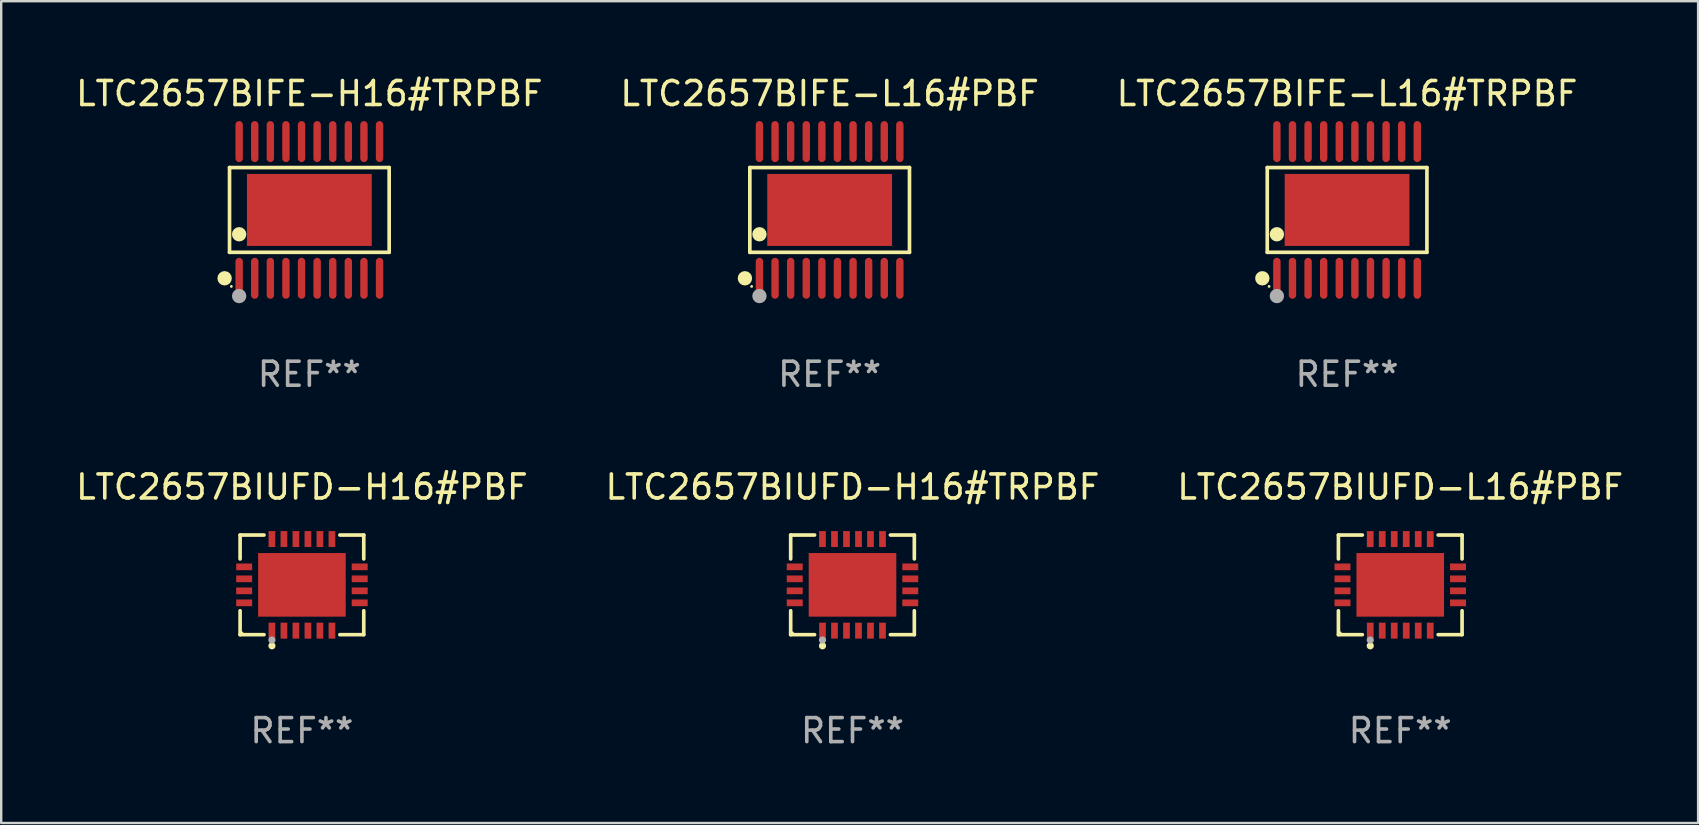
<source format=kicad_pcb>
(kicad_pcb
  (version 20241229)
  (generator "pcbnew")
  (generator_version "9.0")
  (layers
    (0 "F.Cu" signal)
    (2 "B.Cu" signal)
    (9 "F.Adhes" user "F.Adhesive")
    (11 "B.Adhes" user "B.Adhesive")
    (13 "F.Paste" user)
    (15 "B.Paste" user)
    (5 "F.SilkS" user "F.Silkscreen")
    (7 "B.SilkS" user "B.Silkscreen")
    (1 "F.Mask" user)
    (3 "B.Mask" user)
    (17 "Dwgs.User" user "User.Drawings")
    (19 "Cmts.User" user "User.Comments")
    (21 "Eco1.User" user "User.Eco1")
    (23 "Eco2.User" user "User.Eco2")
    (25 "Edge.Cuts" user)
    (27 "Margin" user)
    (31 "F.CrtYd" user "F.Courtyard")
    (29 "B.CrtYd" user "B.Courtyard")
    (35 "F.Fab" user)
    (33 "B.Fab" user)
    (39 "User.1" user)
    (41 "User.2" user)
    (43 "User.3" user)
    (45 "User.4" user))
  (footprint "LTC2657BIUFD-H16#TRPBF"
    (layer "F.Cu")
    (at 32.47 21.318)
    (property "Reference" "LTC2657BIUFD-H16#TRPBF" (at 0 -4.076 0) (layer "F.SilkS") (effects (font (size 1 1) (thickness 0.15))))
    (attr through_hole)
    (fp_line (start -2.576 -2.076) (end -1.58 -2.076) (stroke (width 0.152) (type solid)) (layer "F.SilkS"))
    (fp_line (start -2.576 -1.08) (end -2.576 -2.076) (stroke (width 0.152) (type solid)) (layer "F.SilkS"))
    (fp_line (start -2.576 1.08) (end -2.576 2.076) (stroke (width 0.152) (type solid)) (layer "F.SilkS"))
    (fp_line (start -2.576 2.076) (end -1.58 2.076) (stroke (width 0.152) (type solid)) (layer "F.SilkS"))
    (fp_line (start 2.576 -2.076) (end 1.58 -2.076) (stroke (width 0.152) (type solid)) (layer "F.SilkS"))
    (fp_line (start 2.576 -1.08) (end 2.576 -2.076) (stroke (width 0.152) (type solid)) (layer "F.SilkS"))
    (fp_line (start 2.576 1.08) (end 2.576 2.076) (stroke (width 0.152) (type solid)) (layer "F.SilkS"))
    (fp_line (start 2.576 2.076) (end 1.58 2.076) (stroke (width 0.152) (type solid)) (layer "F.SilkS"))
    (fp_circle (center -2.5 2) (end -2.47 2) (stroke (width 0.06) (type solid)) (fill no) (layer "F.SilkS"))
    (fp_circle (center -1.25 2.54) (end -1.175 2.54) (stroke (width 0.15) (type solid)) (fill no) (layer "F.SilkS"))
    (fp_circle (center -1.25 2.3) (end -1.175 2.3) (stroke (width 0.15) (type solid)) (fill no) (layer "F.Fab"))
    (fp_text user "REF**" (at 0 6.076 0) (layer "F.Fab") (effects (font (size 1 1) (thickness 0.15))))
    (pad "1" smd rect (at -1.25 1.908) (size 0.28 0.665) (layers "F.Cu" "F.Mask" "F.Paste"))
    (pad "2" smd rect (at -0.75 1.908) (size 0.28 0.665) (layers "F.Cu" "F.Mask" "F.Paste"))
    (pad "3" smd rect (at -0.25 1.908) (size 0.28 0.665) (layers "F.Cu" "F.Mask" "F.Paste"))
    (pad "4" smd rect (at 0.25 1.908) (size 0.28 0.665) (layers "F.Cu" "F.Mask" "F.Paste"))
    (pad "5" smd rect (at 0.75 1.908) (size 0.28 0.665) (layers "F.Cu" "F.Mask" "F.Paste"))
    (pad "6" smd rect (at 1.25 1.908) (size 0.28 0.665) (layers "F.Cu" "F.Mask" "F.Paste"))
    (pad "7" smd rect (at 2.407 0.75) (size 0.665 0.28) (layers "F.Cu" "F.Mask" "F.Paste"))
    (pad "8" smd rect (at 2.407 0.25) (size 0.665 0.28) (layers "F.Cu" "F.Mask" "F.Paste"))
    (pad "9" smd rect (at 2.407 -0.25) (size 0.665 0.28) (layers "F.Cu" "F.Mask" "F.Paste"))
    (pad "10" smd rect (at 2.407 -0.75) (size 0.665 0.28) (layers "F.Cu" "F.Mask" "F.Paste"))
    (pad "11" smd rect (at 1.25 -1.908) (size 0.28 0.665) (layers "F.Cu" "F.Mask" "F.Paste"))
    (pad "12" smd rect (at 0.75 -1.908) (size 0.28 0.665) (layers "F.Cu" "F.Mask" "F.Paste"))
    (pad "13" smd rect (at 0.25 -1.908) (size 0.28 0.665) (layers "F.Cu" "F.Mask" "F.Paste"))
    (pad "14" smd rect (at -0.25 -1.908) (size 0.28 0.665) (layers "F.Cu" "F.Mask" "F.Paste"))
    (pad "15" smd rect (at -0.75 -1.908) (size 0.28 0.665) (layers "F.Cu" "F.Mask" "F.Paste"))
    (pad "16" smd rect (at -1.25 -1.908) (size 0.28 0.665) (layers "F.Cu" "F.Mask" "F.Paste"))
    (pad "17" smd rect (at -2.407 -0.75) (size 0.665 0.28) (layers "F.Cu" "F.Mask" "F.Paste"))
    (pad "18" smd rect (at -2.407 -0.25) (size 0.665 0.28) (layers "F.Cu" "F.Mask" "F.Paste"))
    (pad "19" smd rect (at -2.407 0.25) (size 0.665 0.28) (layers "F.Cu" "F.Mask" "F.Paste"))
    (pad "20" smd rect (at -2.407 0.75) (size 0.665 0.28) (layers "F.Cu" "F.Mask" "F.Paste"))
    (pad "21" smd rect (at 0 0) (size 3.65 2.65) (layers "F.Cu" "F.Mask" "F.Paste")))
  (footprint "LTC2657BIUFD-H16#PBF"
    (layer "F.Cu")
    (at 9.53 21.318)
    (property "Reference" "LTC2657BIUFD-H16#PBF" (at 0 -4.076 0) (layer "F.SilkS") (effects (font (size 1 1) (thickness 0.15))))
    (attr through_hole)
    (fp_line (start -2.576 -2.076) (end -1.58 -2.076) (stroke (width 0.152) (type solid)) (layer "F.SilkS"))
    (fp_line (start -2.576 -1.08) (end -2.576 -2.076) (stroke (width 0.152) (type solid)) (layer "F.SilkS"))
    (fp_line (start -2.576 1.08) (end -2.576 2.076) (stroke (width 0.152) (type solid)) (layer "F.SilkS"))
    (fp_line (start -2.576 2.076) (end -1.58 2.076) (stroke (width 0.152) (type solid)) (layer "F.SilkS"))
    (fp_line (start 2.576 -2.076) (end 1.58 -2.076) (stroke (width 0.152) (type solid)) (layer "F.SilkS"))
    (fp_line (start 2.576 -1.08) (end 2.576 -2.076) (stroke (width 0.152) (type solid)) (layer "F.SilkS"))
    (fp_line (start 2.576 1.08) (end 2.576 2.076) (stroke (width 0.152) (type solid)) (layer "F.SilkS"))
    (fp_line (start 2.576 2.076) (end 1.58 2.076) (stroke (width 0.152) (type solid)) (layer "F.SilkS"))
    (fp_circle (center -2.5 2) (end -2.47 2) (stroke (width 0.06) (type solid)) (fill no) (layer "F.SilkS"))
    (fp_circle (center -1.25 2.54) (end -1.175 2.54) (stroke (width 0.15) (type solid)) (fill no) (layer "F.SilkS"))
    (fp_circle (center -1.25 2.3) (end -1.175 2.3) (stroke (width 0.15) (type solid)) (fill no) (layer "F.Fab"))
    (fp_text user "REF**" (at 0 6.076 0) (layer "F.Fab") (effects (font (size 1 1) (thickness 0.15))))
    (pad "1" smd rect (at -1.25 1.908) (size 0.28 0.665) (layers "F.Cu" "F.Mask" "F.Paste"))
    (pad "2" smd rect (at -0.75 1.908) (size 0.28 0.665) (layers "F.Cu" "F.Mask" "F.Paste"))
    (pad "3" smd rect (at -0.25 1.908) (size 0.28 0.665) (layers "F.Cu" "F.Mask" "F.Paste"))
    (pad "4" smd rect (at 0.25 1.908) (size 0.28 0.665) (layers "F.Cu" "F.Mask" "F.Paste"))
    (pad "5" smd rect (at 0.75 1.908) (size 0.28 0.665) (layers "F.Cu" "F.Mask" "F.Paste"))
    (pad "6" smd rect (at 1.25 1.908) (size 0.28 0.665) (layers "F.Cu" "F.Mask" "F.Paste"))
    (pad "7" smd rect (at 2.407 0.75) (size 0.665 0.28) (layers "F.Cu" "F.Mask" "F.Paste"))
    (pad "8" smd rect (at 2.407 0.25) (size 0.665 0.28) (layers "F.Cu" "F.Mask" "F.Paste"))
    (pad "9" smd rect (at 2.407 -0.25) (size 0.665 0.28) (layers "F.Cu" "F.Mask" "F.Paste"))
    (pad "10" smd rect (at 2.407 -0.75) (size 0.665 0.28) (layers "F.Cu" "F.Mask" "F.Paste"))
    (pad "11" smd rect (at 1.25 -1.908) (size 0.28 0.665) (layers "F.Cu" "F.Mask" "F.Paste"))
    (pad "12" smd rect (at 0.75 -1.908) (size 0.28 0.665) (layers "F.Cu" "F.Mask" "F.Paste"))
    (pad "13" smd rect (at 0.25 -1.908) (size 0.28 0.665) (layers "F.Cu" "F.Mask" "F.Paste"))
    (pad "14" smd rect (at -0.25 -1.908) (size 0.28 0.665) (layers "F.Cu" "F.Mask" "F.Paste"))
    (pad "15" smd rect (at -0.75 -1.908) (size 0.28 0.665) (layers "F.Cu" "F.Mask" "F.Paste"))
    (pad "16" smd rect (at -1.25 -1.908) (size 0.28 0.665) (layers "F.Cu" "F.Mask" "F.Paste"))
    (pad "17" smd rect (at -2.407 -0.75) (size 0.665 0.28) (layers "F.Cu" "F.Mask" "F.Paste"))
    (pad "18" smd rect (at -2.407 -0.25) (size 0.665 0.28) (layers "F.Cu" "F.Mask" "F.Paste"))
    (pad "19" smd rect (at -2.407 0.25) (size 0.665 0.28) (layers "F.Cu" "F.Mask" "F.Paste"))
    (pad "20" smd rect (at -2.407 0.75) (size 0.665 0.28) (layers "F.Cu" "F.Mask" "F.Paste"))
    (pad "21" smd rect (at 0 0) (size 3.65 2.65) (layers "F.Cu" "F.Mask" "F.Paste")))
  (footprint "LTC2657BIFE-H16#TRPBF"
    (layer "F.Cu")
    (at 9.839 5.697)
    (property "Reference" "LTC2657BIFE-H16#TRPBF" (at 0 -4.848 0) (layer "F.SilkS") (effects (font (size 1 1) (thickness 0.15))))
    (attr through_hole)
    (fp_line (start -3.326 -1.766) (end 3.326 -1.766) (stroke (width 0.152) (type solid)) (layer "F.SilkS"))
    (fp_line (start -3.326 1.766) (end -3.326 -1.766) (stroke (width 0.152) (type solid)) (layer "F.SilkS"))
    (fp_line (start 3.326 -1.766) (end 3.326 1.766) (stroke (width 0.152) (type solid)) (layer "F.SilkS"))
    (fp_line (start 3.326 1.766) (end -3.326 1.766) (stroke (width 0.152) (type solid)) (layer "F.SilkS"))
    (fp_circle (center -3.531 2.848) (end -3.381 2.848) (stroke (width 0.3) (type solid)) (fill no) (layer "F.SilkS"))
    (fp_circle (center -3.25 3.187) (end -3.22 3.187) (stroke (width 0.06) (type solid)) (fill no) (layer "F.SilkS"))
    (fp_circle (center -2.925 1.014) (end -2.775 1.014) (stroke (width 0.3) (type solid)) (fill no) (layer "F.SilkS"))
    (fp_circle (center -2.925 3.588) (end -2.775 3.588) (stroke (width 0.3) (type solid)) (fill no) (layer "F.Fab"))
    (fp_text user "REF**" (at 0 6.848 0) (layer "F.Fab") (effects (font (size 1 1) (thickness 0.15))))
    (pad "1" smd oval (at -2.925 2.848) (size 0.308 1.707) (layers "F.Cu" "F.Mask" "F.Paste"))
    (pad "2" smd oval (at -2.275 2.848) (size 0.308 1.707) (layers "F.Cu" "F.Mask" "F.Paste"))
    (pad "3" smd oval (at -1.625 2.848) (size 0.308 1.707) (layers "F.Cu" "F.Mask" "F.Paste"))
    (pad "4" smd oval (at -0.975 2.848) (size 0.308 1.707) (layers "F.Cu" "F.Mask" "F.Paste"))
    (pad "5" smd oval (at -0.325 2.848) (size 0.308 1.707) (layers "F.Cu" "F.Mask" "F.Paste"))
    (pad "6" smd oval (at 0.325 2.848) (size 0.308 1.707) (layers "F.Cu" "F.Mask" "F.Paste"))
    (pad "7" smd oval (at 0.975 2.848) (size 0.308 1.707) (layers "F.Cu" "F.Mask" "F.Paste"))
    (pad "8" smd oval (at 1.625 2.848) (size 0.308 1.707) (layers "F.Cu" "F.Mask" "F.Paste"))
    (pad "9" smd oval (at 2.275 2.848) (size 0.308 1.707) (layers "F.Cu" "F.Mask" "F.Paste"))
    (pad "10" smd oval (at 2.925 2.848) (size 0.308 1.707) (layers "F.Cu" "F.Mask" "F.Paste"))
    (pad "11" smd oval (at 2.925 -2.848) (size 0.308 1.707) (layers "F.Cu" "F.Mask" "F.Paste"))
    (pad "12" smd oval (at 2.275 -2.848) (size 0.308 1.707) (layers "F.Cu" "F.Mask" "F.Paste"))
    (pad "13" smd oval (at 1.625 -2.848) (size 0.308 1.707) (layers "F.Cu" "F.Mask" "F.Paste"))
    (pad "14" smd oval (at 0.975 -2.848) (size 0.308 1.707) (layers "F.Cu" "F.Mask" "F.Paste"))
    (pad "15" smd oval (at 0.325 -2.848) (size 0.308 1.707) (layers "F.Cu" "F.Mask" "F.Paste"))
    (pad "16" smd oval (at -0.325 -2.848) (size 0.308 1.707) (layers "F.Cu" "F.Mask" "F.Paste"))
    (pad "17" smd oval (at -0.975 -2.848) (size 0.308 1.707) (layers "F.Cu" "F.Mask" "F.Paste"))
    (pad "18" smd oval (at -1.625 -2.848) (size 0.308 1.707) (layers "F.Cu" "F.Mask" "F.Paste"))
    (pad "19" smd oval (at -2.275 -2.848) (size 0.308 1.707) (layers "F.Cu" "F.Mask" "F.Paste"))
    (pad "20" smd oval (at -2.925 -2.848) (size 0.308 1.707) (layers "F.Cu" "F.Mask" "F.Paste"))
    (pad "21" smd rect (at 0 0) (size 5.2 3) (layers "F.Cu" "F.Mask" "F.Paste")))
  (footprint "LTC2657BIUFD-L16#PBF"
    (layer "F.Cu")
    (at 55.292 21.318)
    (property "Reference" "LTC2657BIUFD-L16#PBF" (at 0 -4.076 0) (layer "F.SilkS") (effects (font (size 1 1) (thickness 0.15))))
    (attr through_hole)
    (fp_line (start -2.576 -2.076) (end -1.58 -2.076) (stroke (width 0.152) (type solid)) (layer "F.SilkS"))
    (fp_line (start -2.576 -1.08) (end -2.576 -2.076) (stroke (width 0.152) (type solid)) (layer "F.SilkS"))
    (fp_line (start -2.576 1.08) (end -2.576 2.076) (stroke (width 0.152) (type solid)) (layer "F.SilkS"))
    (fp_line (start -2.576 2.076) (end -1.58 2.076) (stroke (width 0.152) (type solid)) (layer "F.SilkS"))
    (fp_line (start 2.576 -2.076) (end 1.58 -2.076) (stroke (width 0.152) (type solid)) (layer "F.SilkS"))
    (fp_line (start 2.576 -1.08) (end 2.576 -2.076) (stroke (width 0.152) (type solid)) (layer "F.SilkS"))
    (fp_line (start 2.576 1.08) (end 2.576 2.076) (stroke (width 0.152) (type solid)) (layer "F.SilkS"))
    (fp_line (start 2.576 2.076) (end 1.58 2.076) (stroke (width 0.152) (type solid)) (layer "F.SilkS"))
    (fp_circle (center -2.5 2) (end -2.47 2) (stroke (width 0.06) (type solid)) (fill no) (layer "F.SilkS"))
    (fp_circle (center -1.25 2.54) (end -1.175 2.54) (stroke (width 0.15) (type solid)) (fill no) (layer "F.SilkS"))
    (fp_circle (center -1.25 2.3) (end -1.175 2.3) (stroke (width 0.15) (type solid)) (fill no) (layer "F.Fab"))
    (fp_text user "REF**" (at 0 6.076 0) (layer "F.Fab") (effects (font (size 1 1) (thickness 0.15))))
    (pad "1" smd rect (at -1.25 1.908) (size 0.28 0.665) (layers "F.Cu" "F.Mask" "F.Paste"))
    (pad "2" smd rect (at -0.75 1.908) (size 0.28 0.665) (layers "F.Cu" "F.Mask" "F.Paste"))
    (pad "3" smd rect (at -0.25 1.908) (size 0.28 0.665) (layers "F.Cu" "F.Mask" "F.Paste"))
    (pad "4" smd rect (at 0.25 1.908) (size 0.28 0.665) (layers "F.Cu" "F.Mask" "F.Paste"))
    (pad "5" smd rect (at 0.75 1.908) (size 0.28 0.665) (layers "F.Cu" "F.Mask" "F.Paste"))
    (pad "6" smd rect (at 1.25 1.908) (size 0.28 0.665) (layers "F.Cu" "F.Mask" "F.Paste"))
    (pad "7" smd rect (at 2.407 0.75) (size 0.665 0.28) (layers "F.Cu" "F.Mask" "F.Paste"))
    (pad "8" smd rect (at 2.407 0.25) (size 0.665 0.28) (layers "F.Cu" "F.Mask" "F.Paste"))
    (pad "9" smd rect (at 2.407 -0.25) (size 0.665 0.28) (layers "F.Cu" "F.Mask" "F.Paste"))
    (pad "10" smd rect (at 2.407 -0.75) (size 0.665 0.28) (layers "F.Cu" "F.Mask" "F.Paste"))
    (pad "11" smd rect (at 1.25 -1.908) (size 0.28 0.665) (layers "F.Cu" "F.Mask" "F.Paste"))
    (pad "12" smd rect (at 0.75 -1.908) (size 0.28 0.665) (layers "F.Cu" "F.Mask" "F.Paste"))
    (pad "13" smd rect (at 0.25 -1.908) (size 0.28 0.665) (layers "F.Cu" "F.Mask" "F.Paste"))
    (pad "14" smd rect (at -0.25 -1.908) (size 0.28 0.665) (layers "F.Cu" "F.Mask" "F.Paste"))
    (pad "15" smd rect (at -0.75 -1.908) (size 0.28 0.665) (layers "F.Cu" "F.Mask" "F.Paste"))
    (pad "16" smd rect (at -1.25 -1.908) (size 0.28 0.665) (layers "F.Cu" "F.Mask" "F.Paste"))
    (pad "17" smd rect (at -2.407 -0.75) (size 0.665 0.28) (layers "F.Cu" "F.Mask" "F.Paste"))
    (pad "18" smd rect (at -2.407 -0.25) (size 0.665 0.28) (layers "F.Cu" "F.Mask" "F.Paste"))
    (pad "19" smd rect (at -2.407 0.25) (size 0.665 0.28) (layers "F.Cu" "F.Mask" "F.Paste"))
    (pad "20" smd rect (at -2.407 0.75) (size 0.665 0.28) (layers "F.Cu" "F.Mask" "F.Paste"))
    (pad "21" smd rect (at 0 0) (size 3.65 2.65) (layers "F.Cu" "F.Mask" "F.Paste")))
  (footprint "LTC2657BIFE-L16#TRPBF"
    (layer "F.Cu")
    (at 53.077 5.697)
    (property "Reference" "LTC2657BIFE-L16#TRPBF" (at 0 -4.848 0) (layer "F.SilkS") (effects (font (size 1 1) (thickness 0.15))))
    (attr through_hole)
    (fp_line (start -3.326 -1.766) (end 3.326 -1.766) (stroke (width 0.152) (type solid)) (layer "F.SilkS"))
    (fp_line (start -3.326 1.766) (end -3.326 -1.766) (stroke (width 0.152) (type solid)) (layer "F.SilkS"))
    (fp_line (start 3.326 -1.766) (end 3.326 1.766) (stroke (width 0.152) (type solid)) (layer "F.SilkS"))
    (fp_line (start 3.326 1.766) (end -3.326 1.766) (stroke (width 0.152) (type solid)) (layer "F.SilkS"))
    (fp_circle (center -3.531 2.848) (end -3.381 2.848) (stroke (width 0.3) (type solid)) (fill no) (layer "F.SilkS"))
    (fp_circle (center -3.25 3.187) (end -3.22 3.187) (stroke (width 0.06) (type solid)) (fill no) (layer "F.SilkS"))
    (fp_circle (center -2.925 1.014) (end -2.775 1.014) (stroke (width 0.3) (type solid)) (fill no) (layer "F.SilkS"))
    (fp_circle (center -2.925 3.588) (end -2.775 3.588) (stroke (width 0.3) (type solid)) (fill no) (layer "F.Fab"))
    (fp_text user "REF**" (at 0 6.848 0) (layer "F.Fab") (effects (font (size 1 1) (thickness 0.15))))
    (pad "1" smd oval (at -2.925 2.848) (size 0.308 1.707) (layers "F.Cu" "F.Mask" "F.Paste"))
    (pad "2" smd oval (at -2.275 2.848) (size 0.308 1.707) (layers "F.Cu" "F.Mask" "F.Paste"))
    (pad "3" smd oval (at -1.625 2.848) (size 0.308 1.707) (layers "F.Cu" "F.Mask" "F.Paste"))
    (pad "4" smd oval (at -0.975 2.848) (size 0.308 1.707) (layers "F.Cu" "F.Mask" "F.Paste"))
    (pad "5" smd oval (at -0.325 2.848) (size 0.308 1.707) (layers "F.Cu" "F.Mask" "F.Paste"))
    (pad "6" smd oval (at 0.325 2.848) (size 0.308 1.707) (layers "F.Cu" "F.Mask" "F.Paste"))
    (pad "7" smd oval (at 0.975 2.848) (size 0.308 1.707) (layers "F.Cu" "F.Mask" "F.Paste"))
    (pad "8" smd oval (at 1.625 2.848) (size 0.308 1.707) (layers "F.Cu" "F.Mask" "F.Paste"))
    (pad "9" smd oval (at 2.275 2.848) (size 0.308 1.707) (layers "F.Cu" "F.Mask" "F.Paste"))
    (pad "10" smd oval (at 2.925 2.848) (size 0.308 1.707) (layers "F.Cu" "F.Mask" "F.Paste"))
    (pad "11" smd oval (at 2.925 -2.848) (size 0.308 1.707) (layers "F.Cu" "F.Mask" "F.Paste"))
    (pad "12" smd oval (at 2.275 -2.848) (size 0.308 1.707) (layers "F.Cu" "F.Mask" "F.Paste"))
    (pad "13" smd oval (at 1.625 -2.848) (size 0.308 1.707) (layers "F.Cu" "F.Mask" "F.Paste"))
    (pad "14" smd oval (at 0.975 -2.848) (size 0.308 1.707) (layers "F.Cu" "F.Mask" "F.Paste"))
    (pad "15" smd oval (at 0.325 -2.848) (size 0.308 1.707) (layers "F.Cu" "F.Mask" "F.Paste"))
    (pad "16" smd oval (at -0.325 -2.848) (size 0.308 1.707) (layers "F.Cu" "F.Mask" "F.Paste"))
    (pad "17" smd oval (at -0.975 -2.848) (size 0.308 1.707) (layers "F.Cu" "F.Mask" "F.Paste"))
    (pad "18" smd oval (at -1.625 -2.848) (size 0.308 1.707) (layers "F.Cu" "F.Mask" "F.Paste"))
    (pad "19" smd oval (at -2.275 -2.848) (size 0.308 1.707) (layers "F.Cu" "F.Mask" "F.Paste"))
    (pad "20" smd oval (at -2.925 -2.848) (size 0.308 1.707) (layers "F.Cu" "F.Mask" "F.Paste"))
    (pad "21" smd rect (at 0 0) (size 5.2 3) (layers "F.Cu" "F.Mask" "F.Paste")))
  (footprint "LTC2657BIFE-L16#PBF"
    (layer "F.Cu")
    (at 31.518 5.697)
    (property "Reference" "LTC2657BIFE-L16#PBF" (at 0 -4.848 0) (layer "F.SilkS") (effects (font (size 1 1) (thickness 0.15))))
    (attr through_hole)
    (fp_line (start -3.326 -1.766) (end 3.326 -1.766) (stroke (width 0.152) (type solid)) (layer "F.SilkS"))
    (fp_line (start -3.326 1.766) (end -3.326 -1.766) (stroke (width 0.152) (type solid)) (layer "F.SilkS"))
    (fp_line (start 3.326 -1.766) (end 3.326 1.766) (stroke (width 0.152) (type solid)) (layer "F.SilkS"))
    (fp_line (start 3.326 1.766) (end -3.326 1.766) (stroke (width 0.152) (type solid)) (layer "F.SilkS"))
    (fp_circle (center -3.531 2.848) (end -3.381 2.848) (stroke (width 0.3) (type solid)) (fill no) (layer "F.SilkS"))
    (fp_circle (center -3.25 3.187) (end -3.22 3.187) (stroke (width 0.06) (type solid)) (fill no) (layer "F.SilkS"))
    (fp_circle (center -2.925 1.014) (end -2.775 1.014) (stroke (width 0.3) (type solid)) (fill no) (layer "F.SilkS"))
    (fp_circle (center -2.925 3.588) (end -2.775 3.588) (stroke (width 0.3) (type solid)) (fill no) (layer "F.Fab"))
    (fp_text user "REF**" (at 0 6.848 0) (layer "F.Fab") (effects (font (size 1 1) (thickness 0.15))))
    (pad "1" smd oval (at -2.925 2.848) (size 0.308 1.707) (layers "F.Cu" "F.Mask" "F.Paste"))
    (pad "2" smd oval (at -2.275 2.848) (size 0.308 1.707) (layers "F.Cu" "F.Mask" "F.Paste"))
    (pad "3" smd oval (at -1.625 2.848) (size 0.308 1.707) (layers "F.Cu" "F.Mask" "F.Paste"))
    (pad "4" smd oval (at -0.975 2.848) (size 0.308 1.707) (layers "F.Cu" "F.Mask" "F.Paste"))
    (pad "5" smd oval (at -0.325 2.848) (size 0.308 1.707) (layers "F.Cu" "F.Mask" "F.Paste"))
    (pad "6" smd oval (at 0.325 2.848) (size 0.308 1.707) (layers "F.Cu" "F.Mask" "F.Paste"))
    (pad "7" smd oval (at 0.975 2.848) (size 0.308 1.707) (layers "F.Cu" "F.Mask" "F.Paste"))
    (pad "8" smd oval (at 1.625 2.848) (size 0.308 1.707) (layers "F.Cu" "F.Mask" "F.Paste"))
    (pad "9" smd oval (at 2.275 2.848) (size 0.308 1.707) (layers "F.Cu" "F.Mask" "F.Paste"))
    (pad "10" smd oval (at 2.925 2.848) (size 0.308 1.707) (layers "F.Cu" "F.Mask" "F.Paste"))
    (pad "11" smd oval (at 2.925 -2.848) (size 0.308 1.707) (layers "F.Cu" "F.Mask" "F.Paste"))
    (pad "12" smd oval (at 2.275 -2.848) (size 0.308 1.707) (layers "F.Cu" "F.Mask" "F.Paste"))
    (pad "13" smd oval (at 1.625 -2.848) (size 0.308 1.707) (layers "F.Cu" "F.Mask" "F.Paste"))
    (pad "14" smd oval (at 0.975 -2.848) (size 0.308 1.707) (layers "F.Cu" "F.Mask" "F.Paste"))
    (pad "15" smd oval (at 0.325 -2.848) (size 0.308 1.707) (layers "F.Cu" "F.Mask" "F.Paste"))
    (pad "16" smd oval (at -0.325 -2.848) (size 0.308 1.707) (layers "F.Cu" "F.Mask" "F.Paste"))
    (pad "17" smd oval (at -0.975 -2.848) (size 0.308 1.707) (layers "F.Cu" "F.Mask" "F.Paste"))
    (pad "18" smd oval (at -1.625 -2.848) (size 0.308 1.707) (layers "F.Cu" "F.Mask" "F.Paste"))
    (pad "19" smd oval (at -2.275 -2.848) (size 0.308 1.707) (layers "F.Cu" "F.Mask" "F.Paste"))
    (pad "20" smd oval (at -2.925 -2.848) (size 0.308 1.707) (layers "F.Cu" "F.Mask" "F.Paste"))
    (pad "21" smd rect (at 0 0) (size 5.2 3) (layers "F.Cu" "F.Mask" "F.Paste")))
  (gr_rect
    (start -3 -3)
    (end 67.702 31.242)
    (stroke (width 0.1) (type default))
    (fill no)
    (layer "Edge.Cuts")))
</source>
